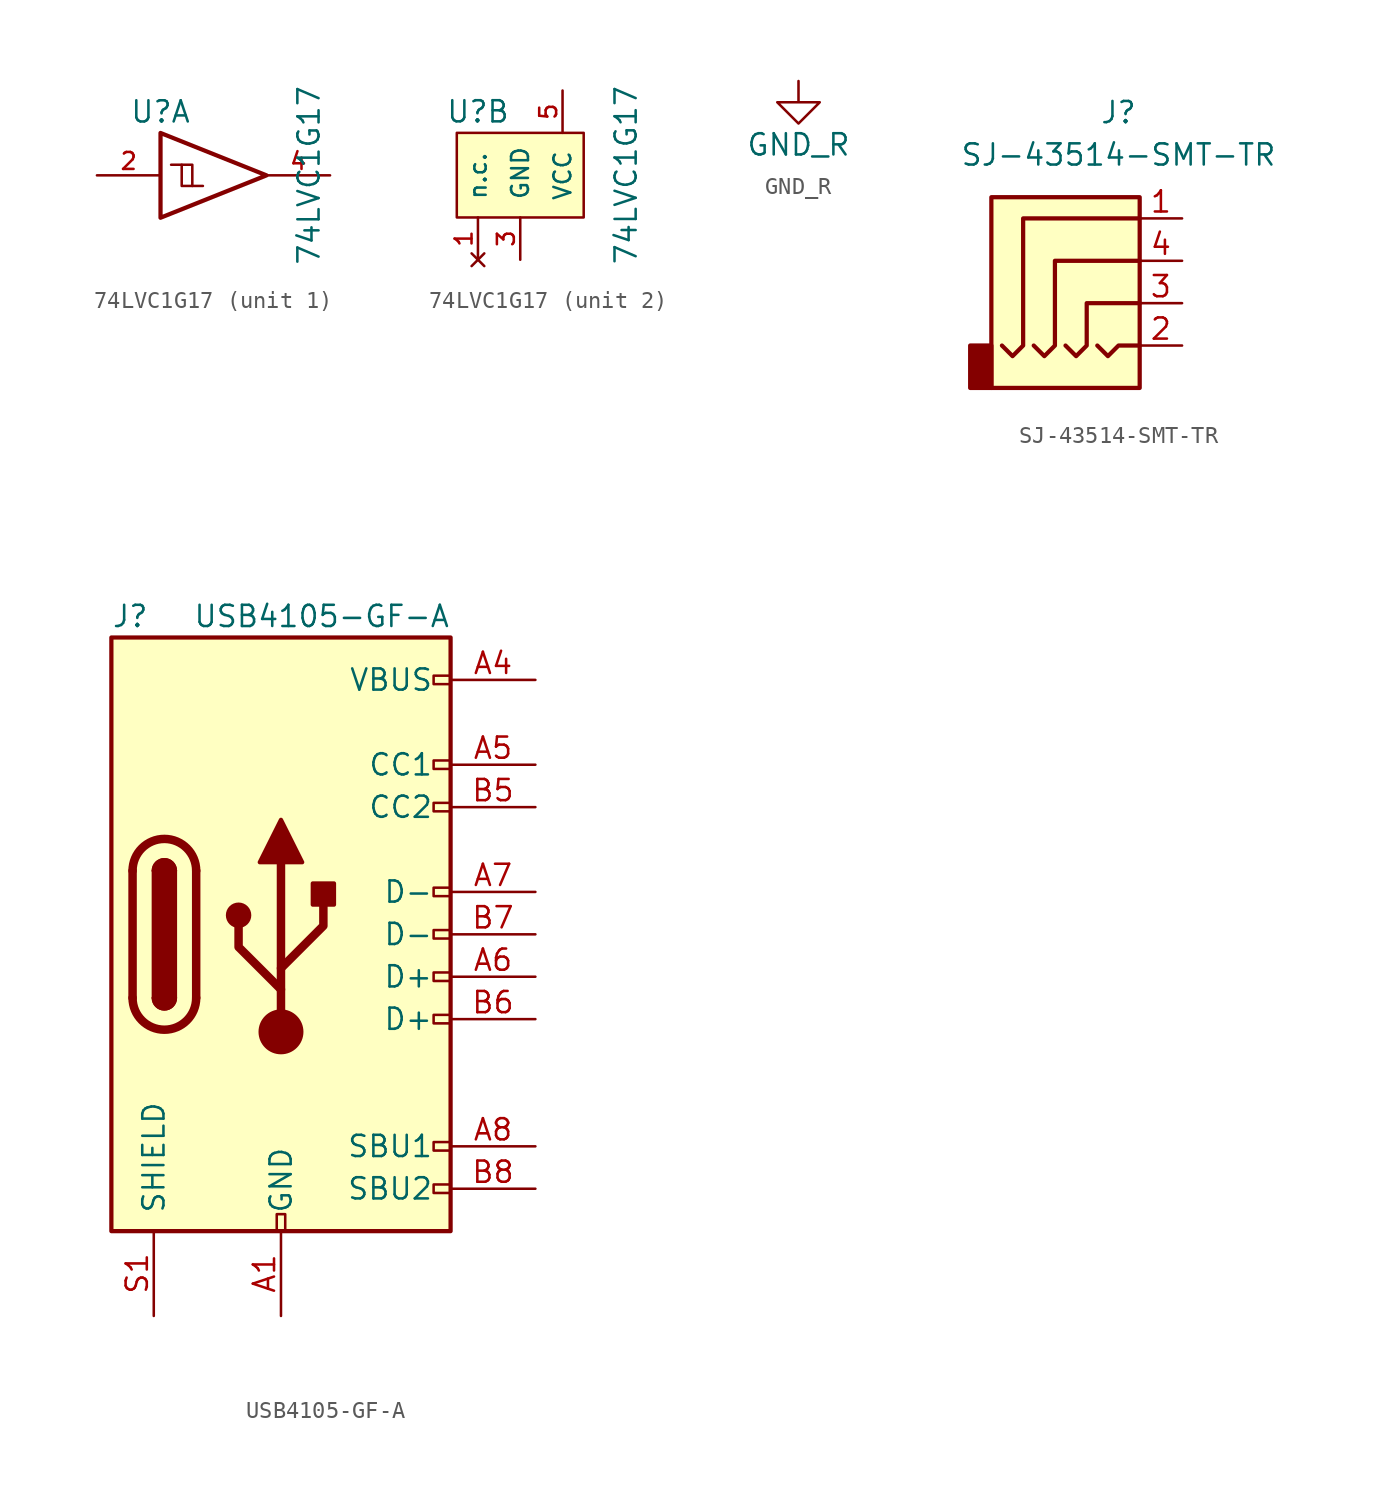
<source format=kicad_sym>
(kicad_symbol_lib
  (version 20211014)
  (generator kicad_symbol_editor)
  (symbol "74LVC1G17"
    (pin_names
      (offset 1.016))
    (property "Reference" "U"
      (at -3.81 3.81 0)
      (effects (font (size 1.27 1.27))))
    (property "Value" "74LVC1G17"
      (at 5.08 0 90)
      (effects (font (size 1.27 1.27))))
    (property "ki_locked" ""
      (at 0 0 0)
      (effects (font (size 1.27 1.27))))
    (symbol "74LVC1G17_1_1"
      (polyline (pts (xy -2.54 0.635) (xy -1.905 0.635) (xy -1.905 -0.635)) (stroke (width 0) (type default) (color 0 0 0 0)) (fill (type none)))
      (polyline (pts (xy -3.81 2.54) (xy -3.81 -2.54) (xy 2.54 0) (xy -3.81 2.54)) (stroke (width 0.254) (type default) (color 0 0 0 0)) (fill (type none)))
      (polyline (pts (xy -3.175 0.635) (xy -2.54 0.635) (xy -2.54 -0.635) (xy -1.27 -0.635)) (stroke (width 0) (type default) (color 0 0 0 0)) (fill (type none)))
      (pin input line (at -7.62 0 0) (length 3.81) (name "" (effects (font (size 1.016 1.016)))) (number "2" (effects (font (size 1.016 1.016)))))
      (pin output line (at 6.35 0 180) (length 3.81) (name "" (effects (font (size 1.016 1.016)))) (number "4" (effects (font (size 1.016 1.016))))))
    (symbol "74LVC1G17_2_1"
      (rectangle (start -5.08 2.54) (end 2.54 -2.54) (stroke (width 0.152) (type default) (color 0 0 0 0)) (fill (type background)))
      (pin no_connect line (at -3.81 -5.08 90) (length 2.54) (name "n.c." (effects (font (size 1.016 1.016)))) (number "1" (effects (font (size 1.016 1.016)))))
      (pin power_in line (at -1.27 -5.08 90) (length 2.54) (name "GND" (effects (font (size 1.016 1.016)))) (number "3" (effects (font (size 1.016 1.016)))))
      (pin power_in line (at 1.27 5.08 270) (length 2.54) (name "VCC" (effects (font (size 1.016 1.016)))) (number "5" (effects (font (size 1.016 1.016)))))))
  (symbol "GND_R"
    (power)
    (pin_names
      (offset 0))
    (property "Reference" "#PWR"
      (at 0 -6.35 0)
      (effects (font (size 1.27 1.27)) hide))
    (property "Value" "GND_R"
      (at 0 -3.81 0)
      (effects (font (size 1.27 1.27))))
    (symbol "GND_R_0_1"
      (polyline (pts (xy 0 0) (xy 0 -1.27) (xy 1.27 -1.27) (xy 0 -2.54) (xy -1.27 -1.27) (xy 0 -1.27)) (stroke (width 0) (type default) (color 0 0 0 0)) (fill (type none))))
    (symbol "GND_R_1_1"
      (pin power_in line (at 0 0 270) (length 0) hide (name "GND_R" (effects (font (size 1.27 1.27)))) (number "1" (effects (font (size 1.27 1.27)))))))
  (symbol "SJ-43514-SMT-TR"
    (property "Reference" "J"
      (at 0 11.43 0)
      (effects (font (size 1.27 1.27))))
    (property "Value" "SJ-43514-SMT-TR"
      (at 0 8.89 0)
      (effects (font (size 1.27 1.27))))
    (symbol "SJ-43514-SMT-TR_0_1"
      (rectangle (start -7.62 -2.54) (end -8.89 -5.08) (stroke (width 0.254) (type default) (color 0 0 0 0)) (fill (type outline)))
      (polyline (pts (xy -1.27 -2.54) (xy -0.635 -3.175) (xy 0 -2.54) (xy 1.27 -2.54)) (stroke (width 0.254) (type default) (color 0 0 0 0)) (fill (type none)))
      (polyline (pts (xy -6.985 -2.54) (xy -6.35 -3.175) (xy -5.715 -2.54) (xy -5.715 5.08) (xy 1.27 5.08)) (stroke (width 0.254) (type default) (color 0 0 0 0)) (fill (type none)))
      (polyline (pts (xy -3.175 -2.54) (xy -2.54 -3.175) (xy -1.905 -2.54) (xy -1.905 0) (xy 1.27 0)) (stroke (width 0.254) (type default) (color 0 0 0 0)) (fill (type none)))
      (polyline (pts (xy 1.27 2.54) (xy -3.81 2.54) (xy -3.81 -2.54) (xy -4.445 -3.175) (xy -5.08 -2.54)) (stroke (width 0.254) (type default) (color 0 0 0 0)) (fill (type none)))
      (rectangle (start 1.27 6.35) (end -7.62 -5.08) (stroke (width 0.254) (type default) (color 0 0 0 0)) (fill (type background))))
    (symbol "SJ-43514-SMT-TR_1_1"
      (pin passive line (at 3.81 5.08 180) (length 2.54) (name "~" (effects (font (size 1.27 1.27)))) (number "1" (effects (font (size 1.27 1.27)))))
      (pin passive line (at 3.81 -2.54 180) (length 2.54) (name "~" (effects (font (size 1.27 1.27)))) (number "2" (effects (font (size 1.27 1.27)))))
      (pin passive line (at 3.81 0 180) (length 2.54) (name "~" (effects (font (size 1.27 1.27)))) (number "3" (effects (font (size 1.27 1.27)))))
      (pin passive line (at 3.81 2.54 180) (length 2.54) (name "~" (effects (font (size 1.27 1.27)))) (number "4" (effects (font (size 1.27 1.27)))))))
  (symbol "USB4105-GF-A"
    (pin_names
      (offset 1.016))
    (property "Reference" "J"
      (at -10.16 19.05 0)
      (effects (font (size 1.27 1.27)) (justify left)))
    (property "Value" "USB4105-GF-A"
      (at 10.16 19.05 0)
      (effects (font (size 1.27 1.27)) (justify right)))
    (symbol "USB4105-GF-A_0_0"
      (rectangle (start -0.254 -17.78) (end 0.254 -16.764) (stroke (width 0) (type default) (color 0 0 0 0)) (fill (type none)))
      (rectangle (start 10.16 -14.986) (end 9.144 -15.494) (stroke (width 0) (type default) (color 0 0 0 0)) (fill (type none)))
      (rectangle (start 10.16 -12.446) (end 9.144 -12.954) (stroke (width 0) (type default) (color 0 0 0 0)) (fill (type none)))
      (rectangle (start 10.16 -4.826) (end 9.144 -5.334) (stroke (width 0) (type default) (color 0 0 0 0)) (fill (type none)))
      (rectangle (start 10.16 -2.286) (end 9.144 -2.794) (stroke (width 0) (type default) (color 0 0 0 0)) (fill (type none)))
      (rectangle (start 10.16 0.254) (end 9.144 -0.254) (stroke (width 0) (type default) (color 0 0 0 0)) (fill (type none)))
      (rectangle (start 10.16 2.794) (end 9.144 2.286) (stroke (width 0) (type default) (color 0 0 0 0)) (fill (type none)))
      (rectangle (start 10.16 7.874) (end 9.144 7.366) (stroke (width 0) (type default) (color 0 0 0 0)) (fill (type none)))
      (rectangle (start 10.16 10.414) (end 9.144 9.906) (stroke (width 0) (type default) (color 0 0 0 0)) (fill (type none)))
      (rectangle (start 10.16 15.494) (end 9.144 14.986) (stroke (width 0) (type default) (color 0 0 0 0)) (fill (type none))))
    (symbol "USB4105-GF-A_0_1"
      (rectangle (start -10.16 17.78) (end 10.16 -17.78) (stroke (width 0.254) (type default) (color 0 0 0 0)) (fill (type background)))
      (arc (start -8.89 -3.81) (mid -6.985 -5.715) (end -5.08 -3.81) (stroke (width 0.508) (type default) (color 0 0 0 0)) (fill (type none)))
      (arc (start -7.62 -3.81) (mid -6.985 -4.445) (end -6.35 -3.81) (stroke (width 0.254) (type default) (color 0 0 0 0)) (fill (type none)))
      (arc (start -7.62 -3.81) (mid -6.985 -4.445) (end -6.35 -3.81) (stroke (width 0.254) (type default) (color 0 0 0 0)) (fill (type outline)))
      (rectangle (start -7.62 -3.81) (end -6.35 3.81) (stroke (width 0.254) (type default) (color 0 0 0 0)) (fill (type outline)))
      (arc (start -6.35 3.81) (mid -6.985 4.445) (end -7.62 3.81) (stroke (width 0.254) (type default) (color 0 0 0 0)) (fill (type none)))
      (arc (start -6.35 3.81) (mid -6.985 4.445) (end -7.62 3.81) (stroke (width 0.254) (type default) (color 0 0 0 0)) (fill (type outline)))
      (arc (start -5.08 3.81) (mid -6.985 5.715) (end -8.89 3.81) (stroke (width 0.508) (type default) (color 0 0 0 0)) (fill (type none)))
      (circle (center -2.54 1.143) (radius 0.635) (stroke (width 0.254) (type default) (color 0 0 0 0)) (fill (type outline)))
      (circle (center 0 -5.842) (radius 1.27) (stroke (width 0) (type default) (color 0 0 0 0)) (fill (type outline)))
      (polyline (pts (xy -8.89 -3.81) (xy -8.89 3.81)) (stroke (width 0.508) (type default) (color 0 0 0 0)) (fill (type none)))
      (polyline (pts (xy -5.08 3.81) (xy -5.08 -3.81)) (stroke (width 0.508) (type default) (color 0 0 0 0)) (fill (type none)))
      (polyline (pts (xy 0 -5.842) (xy 0 4.318)) (stroke (width 0.508) (type default) (color 0 0 0 0)) (fill (type none)))
      (polyline (pts (xy 0 -3.302) (xy -2.54 -0.762) (xy -2.54 0.508)) (stroke (width 0.508) (type default) (color 0 0 0 0)) (fill (type none)))
      (polyline (pts (xy 0 -2.032) (xy 2.54 0.508) (xy 2.54 1.778)) (stroke (width 0.508) (type default) (color 0 0 0 0)) (fill (type none)))
      (polyline (pts (xy -1.27 4.318) (xy 0 6.858) (xy 1.27 4.318) (xy -1.27 4.318)) (stroke (width 0.254) (type default) (color 0 0 0 0)) (fill (type outline)))
      (rectangle (start 1.905 1.778) (end 3.175 3.048) (stroke (width 0.254) (type default) (color 0 0 0 0)) (fill (type outline))))
    (symbol "USB4105-GF-A_1_1"
      (pin power_out line (at 0 -22.86 90) (length 5.08) (name "GND" (effects (font (size 1.27 1.27)))) (number "A1" (effects (font (size 1.27 1.27)))))
      (pin passive line (at 0 -22.86 90) (length 5.08) hide (name "GND" (effects (font (size 1.27 1.27)))) (number "A12" (effects (font (size 1.27 1.27)))))
      (pin power_out line (at 15.24 15.24 180) (length 5.08) (name "VBUS" (effects (font (size 1.27 1.27)))) (number "A4" (effects (font (size 1.27 1.27)))))
      (pin bidirectional line (at 15.24 10.16 180) (length 5.08) (name "CC1" (effects (font (size 1.27 1.27)))) (number "A5" (effects (font (size 1.27 1.27)))))
      (pin bidirectional line (at 15.24 -2.54 180) (length 5.08) (name "D+" (effects (font (size 1.27 1.27)))) (number "A6" (effects (font (size 1.27 1.27)))))
      (pin bidirectional line (at 15.24 2.54 180) (length 5.08) (name "D-" (effects (font (size 1.27 1.27)))) (number "A7" (effects (font (size 1.27 1.27)))))
      (pin bidirectional line (at 15.24 -12.7 180) (length 5.08) (name "SBU1" (effects (font (size 1.27 1.27)))) (number "A8" (effects (font (size 1.27 1.27)))))
      (pin passive line (at 15.24 15.24 180) (length 5.08) hide (name "VBUS" (effects (font (size 1.27 1.27)))) (number "A9" (effects (font (size 1.27 1.27)))))
      (pin passive line (at 0 -22.86 90) (length 5.08) hide (name "GND" (effects (font (size 1.27 1.27)))) (number "B1" (effects (font (size 1.27 1.27)))))
      (pin passive line (at 0 -22.86 90) (length 5.08) hide (name "GND" (effects (font (size 1.27 1.27)))) (number "B12" (effects (font (size 1.27 1.27)))))
      (pin passive line (at 15.24 15.24 180) (length 5.08) hide (name "VBUS" (effects (font (size 1.27 1.27)))) (number "B4" (effects (font (size 1.27 1.27)))))
      (pin bidirectional line (at 15.24 7.62 180) (length 5.08) (name "CC2" (effects (font (size 1.27 1.27)))) (number "B5" (effects (font (size 1.27 1.27)))))
      (pin bidirectional line (at 15.24 -5.08 180) (length 5.08) (name "D+" (effects (font (size 1.27 1.27)))) (number "B6" (effects (font (size 1.27 1.27)))))
      (pin bidirectional line (at 15.24 0 180) (length 5.08) (name "D-" (effects (font (size 1.27 1.27)))) (number "B7" (effects (font (size 1.27 1.27)))))
      (pin bidirectional line (at 15.24 -15.24 180) (length 5.08) (name "SBU2" (effects (font (size 1.27 1.27)))) (number "B8" (effects (font (size 1.27 1.27)))))
      (pin passive line (at 15.24 15.24 180) (length 5.08) hide (name "VBUS" (effects (font (size 1.27 1.27)))) (number "B9" (effects (font (size 1.27 1.27)))))
      (pin passive line (at -7.62 -22.86 90) (length 5.08) (name "SHIELD" (effects (font (size 1.27 1.27)))) (number "S1" (effects (font (size 1.27 1.27))))))))
</source>
